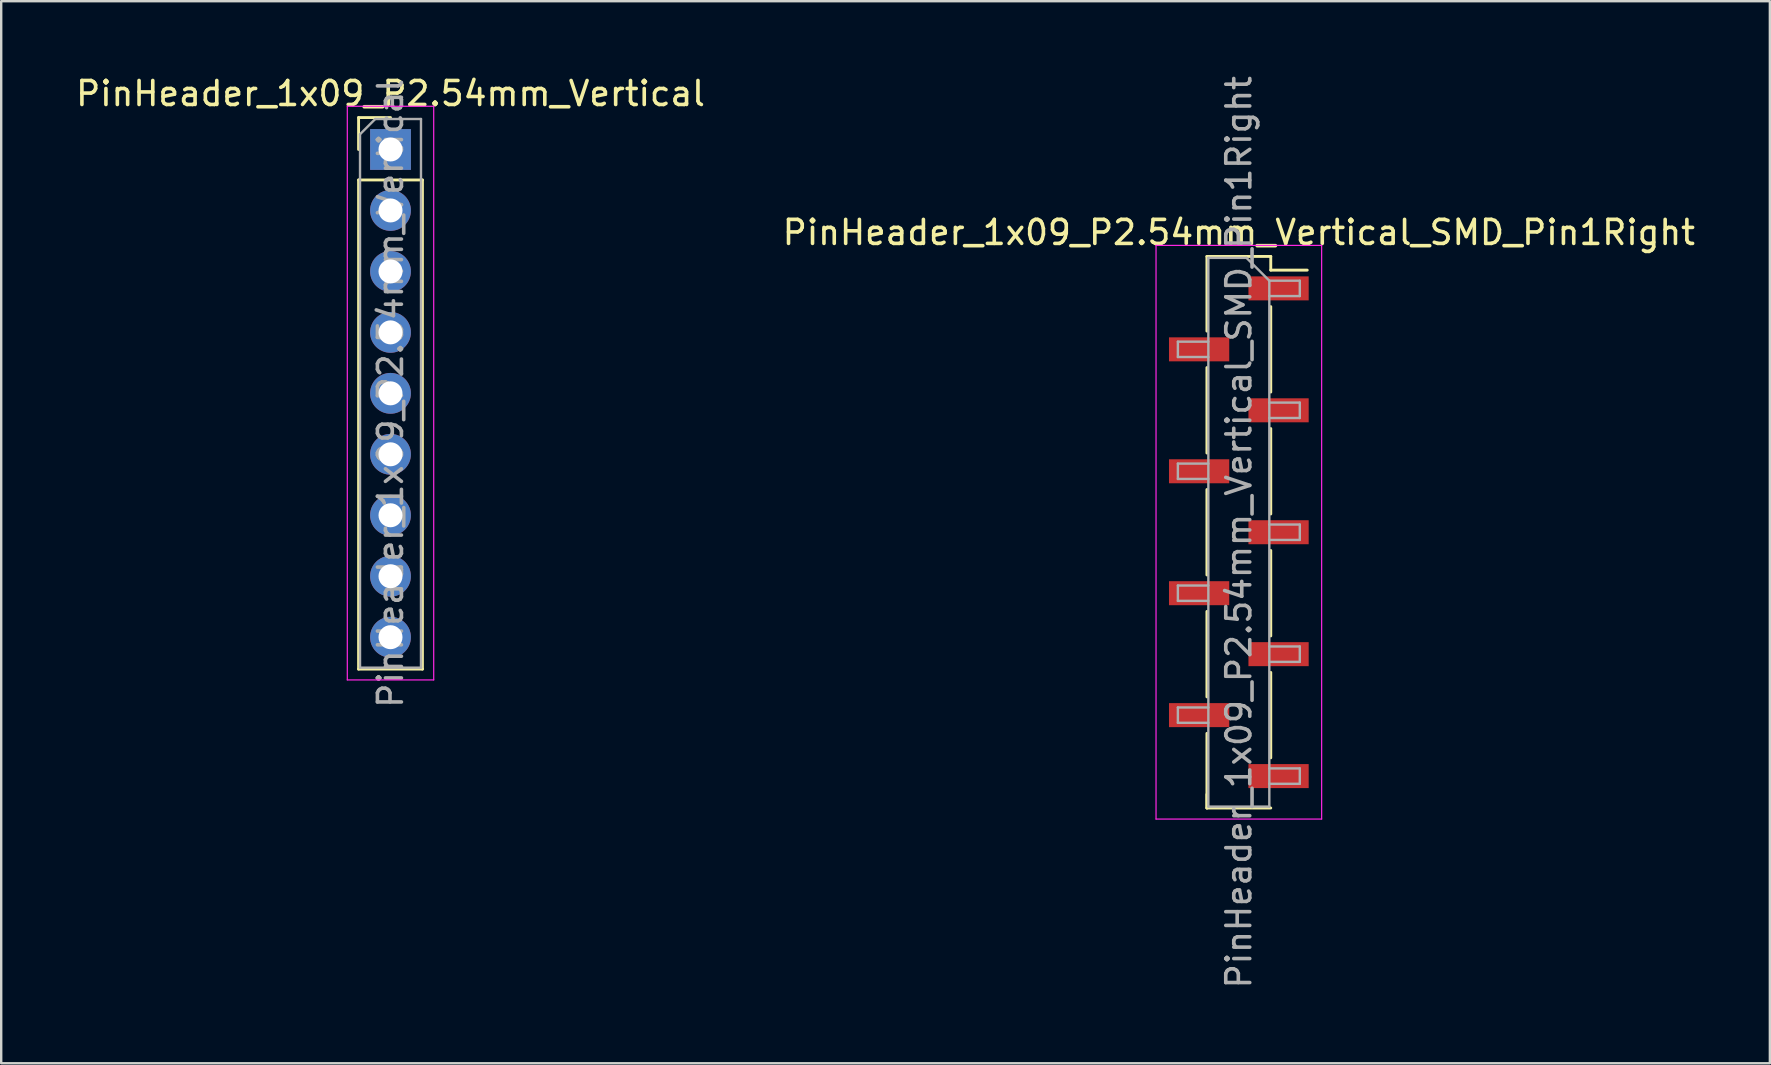
<source format=kicad_pcb>
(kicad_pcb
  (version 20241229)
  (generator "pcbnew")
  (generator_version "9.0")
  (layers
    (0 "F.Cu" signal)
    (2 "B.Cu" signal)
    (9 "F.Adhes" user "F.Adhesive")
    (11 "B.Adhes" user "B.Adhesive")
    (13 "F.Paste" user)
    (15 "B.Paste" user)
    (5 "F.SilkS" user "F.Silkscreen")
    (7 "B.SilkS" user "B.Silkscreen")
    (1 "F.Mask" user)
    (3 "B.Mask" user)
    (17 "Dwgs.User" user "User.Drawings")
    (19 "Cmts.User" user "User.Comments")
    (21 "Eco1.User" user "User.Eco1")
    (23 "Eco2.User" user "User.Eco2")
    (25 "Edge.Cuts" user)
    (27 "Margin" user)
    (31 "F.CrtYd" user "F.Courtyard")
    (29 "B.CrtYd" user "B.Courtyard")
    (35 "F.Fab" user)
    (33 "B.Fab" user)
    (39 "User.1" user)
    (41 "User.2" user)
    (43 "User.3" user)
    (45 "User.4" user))
  (footprint "PinHeader_1x09_P2.54mm_Vertical"
    (layer "F.Cu")
    (at 13.22 3.178)
    (property "Reference" "PinHeader_1x09_P2.54mm_Vertical" (at 0 -2.33 0) (layer "F.SilkS") (effects (font (size 1 1) (thickness 0.15))))
    (attr through_hole)
    (fp_line (start -1.33 -1.33) (end 0 -1.33) (stroke (width 0.12) (type solid)) (layer "F.SilkS"))
    (fp_line (start -1.33 0) (end -1.33 -1.33) (stroke (width 0.12) (type solid)) (layer "F.SilkS"))
    (fp_line (start -1.33 1.27) (end -1.33 21.65) (stroke (width 0.12) (type solid)) (layer "F.SilkS"))
    (fp_line (start -1.33 1.27) (end 1.33 1.27) (stroke (width 0.12) (type solid)) (layer "F.SilkS"))
    (fp_line (start -1.33 21.65) (end 1.33 21.65) (stroke (width 0.12) (type solid)) (layer "F.SilkS"))
    (fp_line (start 1.33 1.27) (end 1.33 21.65) (stroke (width 0.12) (type solid)) (layer "F.SilkS"))
    (fp_line (start -1.8 -1.8) (end -1.8 22.1) (stroke (width 0.05) (type solid)) (layer "F.CrtYd"))
    (fp_line (start -1.8 22.1) (end 1.8 22.1) (stroke (width 0.05) (type solid)) (layer "F.CrtYd"))
    (fp_line (start 1.8 -1.8) (end -1.8 -1.8) (stroke (width 0.05) (type solid)) (layer "F.CrtYd"))
    (fp_line (start 1.8 22.1) (end 1.8 -1.8) (stroke (width 0.05) (type solid)) (layer "F.CrtYd"))
    (fp_line (start -1.27 -0.635) (end -0.635 -1.27) (stroke (width 0.1) (type solid)) (layer "F.Fab"))
    (fp_line (start -1.27 21.59) (end -1.27 -0.635) (stroke (width 0.1) (type solid)) (layer "F.Fab"))
    (fp_line (start -0.635 -1.27) (end 1.27 -1.27) (stroke (width 0.1) (type solid)) (layer "F.Fab"))
    (fp_line (start 1.27 -1.27) (end 1.27 21.59) (stroke (width 0.1) (type solid)) (layer "F.Fab"))
    (fp_line (start 1.27 21.59) (end -1.27 21.59) (stroke (width 0.1) (type solid)) (layer "F.Fab"))
    (fp_text user "${REFERENCE}" (at 0 10.16 90) (layer "F.Fab") (effects (font (size 1 1) (thickness 0.15))))
    (pad "1" thru_hole rect (at 0 0) (size 1.7 1.7) (drill 1) (layers "*.Cu" "*.Mask"))
    (pad "2" thru_hole oval (at 0 2.54) (size 1.7 1.7) (drill 1) (layers "*.Cu" "*.Mask"))
    (pad "3" thru_hole oval (at 0 5.08) (size 1.7 1.7) (drill 1) (layers "*.Cu" "*.Mask"))
    (pad "4" thru_hole oval (at 0 7.62) (size 1.7 1.7) (drill 1) (layers "*.Cu" "*.Mask"))
    (pad "5" thru_hole oval (at 0 10.16) (size 1.7 1.7) (drill 1) (layers "*.Cu" "*.Mask"))
    (pad "6" thru_hole oval (at 0 12.7) (size 1.7 1.7) (drill 1) (layers "*.Cu" "*.Mask"))
    (pad "7" thru_hole oval (at 0 15.24) (size 1.7 1.7) (drill 1) (layers "*.Cu" "*.Mask"))
    (pad "8" thru_hole oval (at 0 17.78) (size 1.7 1.7) (drill 1) (layers "*.Cu" "*.Mask"))
    (pad "9" thru_hole oval (at 0 20.32) (size 1.7 1.7) (drill 1) (layers "*.Cu" "*.Mask")))
  (footprint "PinHeader_1x09_P2.54mm_Vertical_SMD_Pin1Right"
    (layer "F.Cu")
    (at 48.565 19.125)
    (property "Reference" "PinHeader_1x09_P2.54mm_Vertical_SMD_Pin1Right" (at 0 -12.49 0) (layer "F.SilkS") (effects (font (size 1 1) (thickness 0.15))))
    (attr smd)
    (fp_line (start -1.33 -11.49) (end -1.33 -8.38) (stroke (width 0.12) (type solid)) (layer "F.SilkS"))
    (fp_line (start -1.33 -11.49) (end 1.33 -11.49) (stroke (width 0.12) (type solid)) (layer "F.SilkS"))
    (fp_line (start -1.33 -6.86) (end -1.33 -3.3) (stroke (width 0.12) (type solid)) (layer "F.SilkS"))
    (fp_line (start -1.33 -1.78) (end -1.33 1.78) (stroke (width 0.12) (type solid)) (layer "F.SilkS"))
    (fp_line (start -1.33 3.3) (end -1.33 6.86) (stroke (width 0.12) (type solid)) (layer "F.SilkS"))
    (fp_line (start -1.33 8.38) (end -1.33 11.49) (stroke (width 0.12) (type solid)) (layer "F.SilkS"))
    (fp_line (start -1.33 10.92) (end -1.33 11.49) (stroke (width 0.12) (type solid)) (layer "F.SilkS"))
    (fp_line (start -1.33 11.49) (end 1.33 11.49) (stroke (width 0.12) (type solid)) (layer "F.SilkS"))
    (fp_line (start 1.33 -11.49) (end 1.33 -10.92) (stroke (width 0.12) (type solid)) (layer "F.SilkS"))
    (fp_line (start 1.33 -10.92) (end 2.85 -10.92) (stroke (width 0.12) (type solid)) (layer "F.SilkS"))
    (fp_line (start 1.33 -9.4) (end 1.33 -5.84) (stroke (width 0.12) (type solid)) (layer "F.SilkS"))
    (fp_line (start 1.33 -4.32) (end 1.33 -0.76) (stroke (width 0.12) (type solid)) (layer "F.SilkS"))
    (fp_line (start 1.33 0.76) (end 1.33 4.32) (stroke (width 0.12) (type solid)) (layer "F.SilkS"))
    (fp_line (start 1.33 5.84) (end 1.33 9.4) (stroke (width 0.12) (type solid)) (layer "F.SilkS"))
    (fp_line (start -3.45 -11.95) (end -3.45 11.95) (stroke (width 0.05) (type solid)) (layer "F.CrtYd"))
    (fp_line (start -3.45 11.95) (end 3.45 11.95) (stroke (width 0.05) (type solid)) (layer "F.CrtYd"))
    (fp_line (start 3.45 -11.95) (end -3.45 -11.95) (stroke (width 0.05) (type solid)) (layer "F.CrtYd"))
    (fp_line (start 3.45 11.95) (end 3.45 -11.95) (stroke (width 0.05) (type solid)) (layer "F.CrtYd"))
    (fp_line (start -2.54 -7.94) (end -2.54 -7.3) (stroke (width 0.1) (type solid)) (layer "F.Fab"))
    (fp_line (start -2.54 -7.3) (end -1.27 -7.3) (stroke (width 0.1) (type solid)) (layer "F.Fab"))
    (fp_line (start -2.54 -2.86) (end -2.54 -2.22) (stroke (width 0.1) (type solid)) (layer "F.Fab"))
    (fp_line (start -2.54 -2.22) (end -1.27 -2.22) (stroke (width 0.1) (type solid)) (layer "F.Fab"))
    (fp_line (start -2.54 2.22) (end -2.54 2.86) (stroke (width 0.1) (type solid)) (layer "F.Fab"))
    (fp_line (start -2.54 2.86) (end -1.27 2.86) (stroke (width 0.1) (type solid)) (layer "F.Fab"))
    (fp_line (start -2.54 7.3) (end -2.54 7.94) (stroke (width 0.1) (type solid)) (layer "F.Fab"))
    (fp_line (start -2.54 7.94) (end -1.27 7.94) (stroke (width 0.1) (type solid)) (layer "F.Fab"))
    (fp_line (start -1.27 -11.43) (end -1.27 11.43) (stroke (width 0.1) (type solid)) (layer "F.Fab"))
    (fp_line (start -1.27 -11.43) (end 0.32 -11.43) (stroke (width 0.1) (type solid)) (layer "F.Fab"))
    (fp_line (start -1.27 -7.94) (end -2.54 -7.94) (stroke (width 0.1) (type solid)) (layer "F.Fab"))
    (fp_line (start -1.27 -2.86) (end -2.54 -2.86) (stroke (width 0.1) (type solid)) (layer "F.Fab"))
    (fp_line (start -1.27 2.22) (end -2.54 2.22) (stroke (width 0.1) (type solid)) (layer "F.Fab"))
    (fp_line (start -1.27 7.3) (end -2.54 7.3) (stroke (width 0.1) (type solid)) (layer "F.Fab"))
    (fp_line (start 1.27 -10.48) (end 0.32 -11.43) (stroke (width 0.1) (type solid)) (layer "F.Fab"))
    (fp_line (start 1.27 -10.48) (end 2.54 -10.48) (stroke (width 0.1) (type solid)) (layer "F.Fab"))
    (fp_line (start 1.27 -5.4) (end 2.54 -5.4) (stroke (width 0.1) (type solid)) (layer "F.Fab"))
    (fp_line (start 1.27 -0.32) (end 2.54 -0.32) (stroke (width 0.1) (type solid)) (layer "F.Fab"))
    (fp_line (start 1.27 4.76) (end 2.54 4.76) (stroke (width 0.1) (type solid)) (layer "F.Fab"))
    (fp_line (start 1.27 9.84) (end 2.54 9.84) (stroke (width 0.1) (type solid)) (layer "F.Fab"))
    (fp_line (start 1.27 11.43) (end -1.27 11.43) (stroke (width 0.1) (type solid)) (layer "F.Fab"))
    (fp_line (start 1.27 11.43) (end 1.27 -10.48) (stroke (width 0.1) (type solid)) (layer "F.Fab"))
    (fp_line (start 2.54 -10.48) (end 2.54 -9.84) (stroke (width 0.1) (type solid)) (layer "F.Fab"))
    (fp_line (start 2.54 -9.84) (end 1.27 -9.84) (stroke (width 0.1) (type solid)) (layer "F.Fab"))
    (fp_line (start 2.54 -5.4) (end 2.54 -4.76) (stroke (width 0.1) (type solid)) (layer "F.Fab"))
    (fp_line (start 2.54 -4.76) (end 1.27 -4.76) (stroke (width 0.1) (type solid)) (layer "F.Fab"))
    (fp_line (start 2.54 -0.32) (end 2.54 0.32) (stroke (width 0.1) (type solid)) (layer "F.Fab"))
    (fp_line (start 2.54 0.32) (end 1.27 0.32) (stroke (width 0.1) (type solid)) (layer "F.Fab"))
    (fp_line (start 2.54 4.76) (end 2.54 5.4) (stroke (width 0.1) (type solid)) (layer "F.Fab"))
    (fp_line (start 2.54 5.4) (end 1.27 5.4) (stroke (width 0.1) (type solid)) (layer "F.Fab"))
    (fp_line (start 2.54 9.84) (end 2.54 10.48) (stroke (width 0.1) (type solid)) (layer "F.Fab"))
    (fp_line (start 2.54 10.48) (end 1.27 10.48) (stroke (width 0.1) (type solid)) (layer "F.Fab"))
    (fp_text user "${REFERENCE}" (at 0 0 90) (layer "F.Fab") (effects (font (size 1 1) (thickness 0.15))))
    (pad "1" smd rect (at 1.655 -10.16) (size 2.51 1) (layers "F.Cu" "F.Mask" "F.Paste"))
    (pad "2" smd rect (at -1.655 -7.62) (size 2.51 1) (layers "F.Cu" "F.Mask" "F.Paste"))
    (pad "3" smd rect (at 1.655 -5.08) (size 2.51 1) (layers "F.Cu" "F.Mask" "F.Paste"))
    (pad "4" smd rect (at -1.655 -2.54) (size 2.51 1) (layers "F.Cu" "F.Mask" "F.Paste"))
    (pad "5" smd rect (at 1.655 0) (size 2.51 1) (layers "F.Cu" "F.Mask" "F.Paste"))
    (pad "6" smd rect (at -1.655 2.54) (size 2.51 1) (layers "F.Cu" "F.Mask" "F.Paste"))
    (pad "7" smd rect (at 1.655 5.08) (size 2.51 1) (layers "F.Cu" "F.Mask" "F.Paste"))
    (pad "8" smd rect (at -1.655 7.62) (size 2.51 1) (layers "F.Cu" "F.Mask" "F.Paste"))
    (pad "9" smd rect (at 1.655 10.16) (size 2.51 1) (layers "F.Cu" "F.Mask" "F.Paste")))
  (gr_rect
    (start -3 -3)
    (end 70.69 41.25)
    (stroke (width 0.1) (type default))
    (fill no)
    (layer "Edge.Cuts")))
</source>
